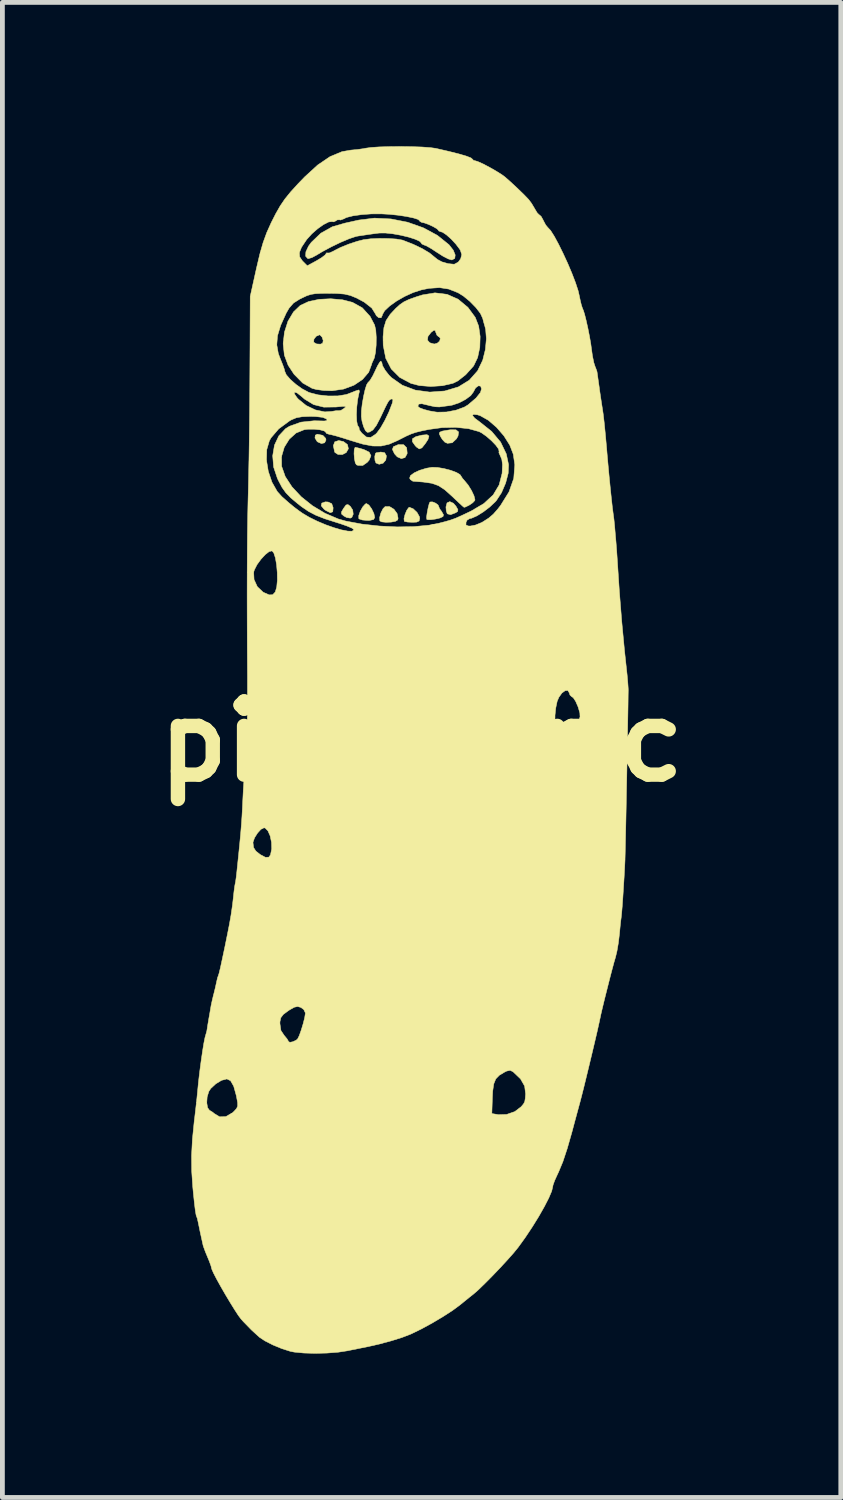
<source format=kicad_pcb>
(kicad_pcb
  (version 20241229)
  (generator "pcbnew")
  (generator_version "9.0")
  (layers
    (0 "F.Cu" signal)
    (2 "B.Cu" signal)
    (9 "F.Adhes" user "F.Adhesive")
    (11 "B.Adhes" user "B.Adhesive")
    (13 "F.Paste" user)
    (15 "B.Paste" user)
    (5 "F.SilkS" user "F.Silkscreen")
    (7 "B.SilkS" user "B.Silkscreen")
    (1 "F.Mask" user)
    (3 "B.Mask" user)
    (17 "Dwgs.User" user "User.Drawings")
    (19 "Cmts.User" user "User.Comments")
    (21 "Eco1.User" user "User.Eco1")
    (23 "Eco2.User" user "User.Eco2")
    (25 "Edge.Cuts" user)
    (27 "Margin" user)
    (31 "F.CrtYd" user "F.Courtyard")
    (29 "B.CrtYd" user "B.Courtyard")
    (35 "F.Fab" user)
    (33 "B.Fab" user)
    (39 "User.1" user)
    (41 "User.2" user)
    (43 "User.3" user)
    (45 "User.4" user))
  (footprint "pickle_ric"
    (layer "F.Cu")
    (at 5.74 12.412)
    (property "Reference" "pickle_ric" (at 0 0 0) (layer "F.SilkS") (effects (font (size 1.524 1.524) (thickness 0.3))))
    (attr through_hole)
    (fp_poly (pts (xy -2.059 -6.385) (xy -1.999 -6.322) (xy -1.993 -6.287) (xy -2.022 -6.229) (xy -2.089 -6.214) (xy -2.167 -6.248) (xy -2.18 -6.26) (xy -2.223 -6.331) (xy -2.215 -6.389) (xy -2.172 -6.409) (xy -2.059 -6.385)) (stroke (width 0.01) (type solid)) (fill yes) (layer "F.SilkS"))
    (fp_poly (pts (xy -1.949 -4.995) (xy -1.873 -4.96) (xy -1.844 -4.875) (xy -1.852 -4.791) (xy -1.903 -4.772) (xy -1.996 -4.818) (xy -2.032 -4.844) (xy -2.092 -4.916) (xy -2.081 -4.972) (xy -2.008 -4.998) (xy -1.949 -4.995)) (stroke (width 0.01) (type solid)) (fill yes) (layer "F.SilkS"))
    (fp_poly (pts (xy -1.628 -6.255) (xy -1.545 -6.192) (xy -1.526 -6.106) (xy -1.571 -6.026) (xy -1.65 -5.985) (xy -1.741 -5.986) (xy -1.806 -6.027) (xy -1.813 -6.041) (xy -1.84 -6.169) (xy -1.81 -6.25) (xy -1.727 -6.277) (xy -1.628 -6.255)) (stroke (width 0.01) (type solid)) (fill yes) (layer "F.SilkS"))
    (fp_poly (pts (xy -1.487 -4.906) (xy -1.436 -4.828) (xy -1.425 -4.741) (xy -1.454 -4.675) (xy -1.486 -4.659) (xy -1.562 -4.672) (xy -1.62 -4.703) (xy -1.669 -4.745) (xy -1.67 -4.788) (xy -1.626 -4.864) (xy -1.575 -4.933) (xy -1.535 -4.942) (xy -1.487 -4.906)) (stroke (width 0.01) (type solid)) (fill yes) (layer "F.SilkS"))
    (fp_poly (pts (xy -0.77 -6.023) (xy -0.733 -5.957) (xy -0.746 -5.871) (xy -0.803 -5.804) (xy -0.885 -5.782) (xy -0.951 -5.809) (xy -0.972 -5.864) (xy -0.976 -5.942) (xy -0.963 -6.005) (xy -0.948 -6.021) (xy -0.887 -6.03) (xy -0.852 -6.037) (xy -0.77 -6.023)) (stroke (width 0.01) (type solid)) (fill yes) (layer "F.SilkS"))
    (fp_poly (pts (xy -0.374 -6.19) (xy -0.311 -6.127) (xy -0.3 -6.015) (xy -0.303 -5.998) (xy -0.346 -5.921) (xy -0.422 -5.9) (xy -0.507 -5.937) (xy -0.564 -5.999) (xy -0.608 -6.091) (xy -0.587 -6.149) (xy -0.495 -6.188) (xy -0.481 -6.192) (xy -0.374 -6.19)) (stroke (width 0.01) (type solid)) (fill yes) (layer "F.SilkS"))
    (fp_poly (pts (xy 0.154 -6.371) (xy 0.134 -6.3) (xy 0.075 -6.209) (xy 0.006 -6.124) (xy -0.048 -6.102) (xy -0.106 -6.141) (xy -0.131 -6.167) (xy -0.192 -6.253) (xy -0.19 -6.314) (xy -0.119 -6.358) (xy 0.01 -6.39) (xy 0.114 -6.399) (xy 0.154 -6.371)) (stroke (width 0.01) (type solid)) (fill yes) (layer "F.SilkS"))
    (fp_poly (pts (xy 0.664 -4.969) (xy 0.718 -4.906) (xy 0.758 -4.835) (xy 0.75 -4.796) (xy 0.706 -4.769) (xy 0.606 -4.731) (xy 0.54 -4.748) (xy 0.534 -4.754) (xy 0.515 -4.809) (xy 0.508 -4.891) (xy 0.531 -4.977) (xy 0.589 -5.003) (xy 0.664 -4.969)) (stroke (width 0.01) (type solid)) (fill yes) (layer "F.SilkS"))
    (fp_poly (pts (xy -0.666 -4.899) (xy -0.576 -4.844) (xy -0.511 -4.756) (xy -0.49 -4.657) (xy -0.498 -4.621) (xy -0.544 -4.593) (xy -0.636 -4.576) (xy -0.742 -4.572) (xy -0.832 -4.581) (xy -0.871 -4.601) (xy -0.875 -4.671) (xy -0.848 -4.768) (xy -0.803 -4.857) (xy -0.759 -4.9) (xy -0.666 -4.899)) (stroke (width 0.01) (type solid)) (fill yes) (layer "F.SilkS"))
    (fp_poly (pts (xy 0.717 -6.5) (xy 0.772 -6.456) (xy 0.76 -6.371) (xy 0.726 -6.311) (xy 0.639 -6.23) (xy 0.538 -6.219) (xy 0.485 -6.243) (xy 0.434 -6.298) (xy 0.395 -6.36) (xy 0.37 -6.416) (xy 0.379 -6.451) (xy 0.435 -6.474) (xy 0.551 -6.494) (xy 0.598 -6.501) (xy 0.717 -6.5)) (stroke (width 0.01) (type solid)) (fill yes) (layer "F.SilkS"))
    (fp_poly (pts (xy -1.097 -4.93) (xy -1.04 -4.851) (xy -0.994 -4.754) (xy -0.977 -4.672) (xy -1.001 -4.63) (xy -1.082 -4.612) (xy -1.131 -4.611) (xy -1.235 -4.62) (xy -1.301 -4.642) (xy -1.309 -4.65) (xy -1.31 -4.711) (xy -1.278 -4.802) (xy -1.227 -4.893) (xy -1.173 -4.953) (xy -1.149 -4.963) (xy -1.097 -4.93)) (stroke (width 0.01) (type solid)) (fill yes) (layer "F.SilkS"))
    (fp_poly (pts (xy -0.174 -4.853) (xy -0.095 -4.778) (xy -0.045 -4.689) (xy -0.039 -4.655) (xy -0.051 -4.6) (xy -0.102 -4.576) (xy -0.189 -4.572) (xy -0.291 -4.577) (xy -0.354 -4.59) (xy -0.36 -4.594) (xy -0.367 -4.646) (xy -0.346 -4.732) (xy -0.31 -4.82) (xy -0.27 -4.877) (xy -0.253 -4.885) (xy -0.174 -4.853)) (stroke (width 0.01) (type solid)) (fill yes) (layer "F.SilkS"))
    (fp_poly (pts (xy -1.332 -6.125) (xy -1.238 -6.099) (xy -1.206 -6.09) (xy -1.093 -6.035) (xy -1.055 -5.96) (xy -1.093 -5.868) (xy -1.133 -5.822) (xy -1.226 -5.757) (xy -1.322 -5.758) (xy -1.358 -5.77) (xy -1.383 -5.813) (xy -1.4 -5.899) (xy -1.408 -6.001) (xy -1.404 -6.088) (xy -1.387 -6.134) (xy -1.382 -6.135) (xy -1.332 -6.125)) (stroke (width 0.01) (type solid)) (fill yes) (layer "F.SilkS"))
    (fp_poly (pts (xy 0.294 -4.971) (xy 0.345 -4.931) (xy 0.352 -4.914) (xy 0.376 -4.854) (xy 0.417 -4.799) (xy 0.457 -4.729) (xy 0.447 -4.692) (xy 0.387 -4.663) (xy 0.291 -4.64) (xy 0.191 -4.626) (xy 0.12 -4.628) (xy 0.108 -4.634) (xy 0.104 -4.679) (xy 0.116 -4.768) (xy 0.136 -4.872) (xy 0.158 -4.958) (xy 0.175 -4.995) (xy 0.224 -4.998) (xy 0.294 -4.971)) (stroke (width 0.01) (type solid)) (fill yes) (layer "F.SilkS"))
    (fp_poly (pts (xy 0.332 -5.715) (xy 0.469 -5.692) (xy 0.609 -5.655) (xy 0.727 -5.611) (xy 0.801 -5.567) (xy 0.814 -5.549) (xy 0.852 -5.489) (xy 0.896 -5.439) (xy 0.972 -5.347) (xy 1.042 -5.233) (xy 1.093 -5.124) (xy 1.113 -5.043) (xy 1.11 -5.027) (xy 1.066 -4.979) (xy 0.987 -4.926) (xy 0.909 -4.889) (xy 0.885 -4.885) (xy 0.854 -4.91) (xy 0.781 -4.977) (xy 0.679 -5.073) (xy 0.635 -5.115) (xy 0.483 -5.251) (xy 0.351 -5.337) (xy 0.211 -5.386) (xy 0.037 -5.411) (xy 0 -5.414) (xy -0.105 -5.422) (xy -0.178 -5.428) (xy -0.181 -5.428) (xy -0.233 -5.463) (xy -0.249 -5.493) (xy -0.232 -5.545) (xy -0.156 -5.602) (xy -0.039 -5.657) (xy 0.101 -5.699) (xy 0.22 -5.719) (xy 0.332 -5.715)) (stroke (width 0.01) (type solid)) (fill yes) (layer "F.SilkS"))
    (fp_poly (pts (xy -1.647 -9.211) (xy -1.441 -9.158) (xy -1.236 -9.044) (xy -1.074 -8.866) (xy -0.979 -8.684) (xy -0.955 -8.578) (xy -0.945 -8.43) (xy -0.947 -8.266) (xy -0.961 -8.113) (xy -0.985 -7.999) (xy -1 -7.967) (xy -1.034 -7.893) (xy -1.04 -7.869) (xy -1.103 -7.7) (xy -1.231 -7.551) (xy -1.409 -7.431) (xy -1.625 -7.35) (xy -1.865 -7.315) (xy -1.876 -7.315) (xy -2.037 -7.32) (xy -2.192 -7.341) (xy -2.281 -7.364) (xy -2.479 -7.476) (xy -2.659 -7.659) (xy -2.782 -7.846) (xy -2.861 -8.057) (xy -2.886 -8.294) (xy -2.882 -8.33) (xy -2.25 -8.33) (xy -2.248 -8.325) (xy -2.19 -8.291) (xy -2.109 -8.286) (xy -2.062 -8.306) (xy -2.051 -8.362) (xy -2.075 -8.433) (xy -2.118 -8.478) (xy -2.129 -8.48) (xy -2.196 -8.452) (xy -2.244 -8.391) (xy -2.25 -8.33) (xy -2.882 -8.33) (xy -2.859 -8.536) (xy -2.786 -8.764) (xy -2.67 -8.959) (xy -2.529 -9.094) (xy -2.357 -9.174) (xy -2.137 -9.221) (xy -1.893 -9.233) (xy -1.647 -9.211)) (stroke (width 0.01) (type solid)) (fill yes) (layer "F.SilkS"))
    (fp_poly (pts (xy -0.639 -10.897) (xy -0.293 -10.829) (xy 0.035 -10.713) (xy 0.329 -10.555) (xy 0.57 -10.361) (xy 0.576 -10.354) (xy 0.661 -10.245) (xy 0.701 -10.146) (xy 0.692 -10.074) (xy 0.634 -10.043) (xy 0.626 -10.043) (xy 0.556 -10.064) (xy 0.447 -10.12) (xy 0.323 -10.199) (xy 0.204 -10.277) (xy 0.106 -10.333) (xy 0.05 -10.355) (xy 0.049 -10.355) (xy 0.003 -10.377) (xy 0 -10.389) (xy -0.036 -10.429) (xy -0.132 -10.474) (xy -0.269 -10.518) (xy -0.431 -10.557) (xy -0.599 -10.587) (xy -0.755 -10.604) (xy -0.881 -10.603) (xy -0.883 -10.603) (xy -0.977 -10.591) (xy -1.101 -10.574) (xy -1.227 -10.555) (xy -1.327 -10.54) (xy -1.368 -10.532) (xy -1.507 -10.486) (xy -1.687 -10.41) (xy -1.884 -10.315) (xy -2.071 -10.215) (xy -2.188 -10.144) (xy -2.285 -10.092) (xy -2.36 -10.07) (xy -2.374 -10.072) (xy -2.418 -10.121) (xy -2.412 -10.212) (xy -2.358 -10.328) (xy -2.3 -10.408) (xy -2.1 -10.6) (xy -1.861 -10.734) (xy -1.601 -10.809) (xy -1.532 -10.824) (xy -1.416 -10.85) (xy -1.308 -10.874) (xy -0.983 -10.914) (xy -0.639 -10.897)) (stroke (width 0.01) (type solid)) (fill yes) (layer "F.SilkS"))
    (fp_poly (pts (xy 0.531 -9.325) (xy 0.762 -9.223) (xy 0.967 -9.052) (xy 1.119 -8.845) (xy 1.19 -8.663) (xy 1.221 -8.446) (xy 1.214 -8.219) (xy 1.169 -8.008) (xy 1.088 -7.838) (xy 1.076 -7.822) (xy 0.919 -7.648) (xy 0.759 -7.522) (xy 0.656 -7.471) (xy 0.436 -7.42) (xy 0.191 -7.404) (xy -0.046 -7.423) (xy -0.219 -7.467) (xy -0.456 -7.593) (xy -0.632 -7.769) (xy -0.747 -7.992) (xy -0.8 -8.264) (xy -0.802 -8.369) (xy 0.123 -8.369) (xy 0.17 -8.316) (xy 0.186 -8.311) (xy 0.247 -8.294) (xy 0.261 -8.289) (xy 0.297 -8.297) (xy 0.329 -8.308) (xy 0.376 -8.349) (xy 0.391 -8.405) (xy 0.367 -8.439) (xy 0.356 -8.441) (xy 0.32 -8.473) (xy 0.301 -8.521) (xy 0.281 -8.575) (xy 0.249 -8.572) (xy 0.198 -8.532) (xy 0.133 -8.448) (xy 0.123 -8.369) (xy -0.802 -8.369) (xy -0.803 -8.442) (xy -0.785 -8.632) (xy -0.74 -8.778) (xy -0.654 -8.909) (xy -0.541 -9.03) (xy -0.454 -9.109) (xy -0.369 -9.168) (xy -0.262 -9.219) (xy -0.115 -9.271) (xy 0.014 -9.312) (xy 0.279 -9.356) (xy 0.531 -9.325)) (stroke (width 0.01) (type solid)) (fill yes) (layer "F.SilkS"))
    (fp_poly (pts (xy -0.206 -12.404) (xy 0.008 -12.397) (xy 0.183 -12.384) (xy 0.293 -12.369) (xy 0.558 -12.308) (xy 0.774 -12.254) (xy 0.934 -12.207) (xy 1.029 -12.17) (xy 1.055 -12.148) (xy 1.086 -12.116) (xy 1.104 -12.114) (xy 1.171 -12.094) (xy 1.283 -12.044) (xy 1.418 -11.973) (xy 1.556 -11.894) (xy 1.677 -11.818) (xy 1.739 -11.772) (xy 1.851 -11.673) (xy 1.99 -11.544) (xy 2.128 -11.411) (xy 2.232 -11.303) (xy 2.294 -11.22) (xy 2.357 -11.114) (xy 2.36 -11.108) (xy 2.411 -11.024) (xy 2.453 -10.982) (xy 2.458 -10.981) (xy 2.494 -10.948) (xy 2.537 -10.87) (xy 2.54 -10.862) (xy 2.588 -10.772) (xy 2.634 -10.716) (xy 2.635 -10.716) (xy 2.691 -10.655) (xy 2.767 -10.535) (xy 2.856 -10.371) (xy 2.951 -10.178) (xy 3.047 -9.97) (xy 3.135 -9.762) (xy 3.209 -9.569) (xy 3.263 -9.405) (xy 3.281 -9.329) (xy 3.31 -9.192) (xy 3.331 -9.105) (xy 3.352 -9.041) (xy 3.374 -8.988) (xy 3.399 -8.909) (xy 3.432 -8.777) (xy 3.468 -8.616) (xy 3.501 -8.449) (xy 3.527 -8.301) (xy 3.537 -8.226) (xy 3.562 -8.046) (xy 3.592 -7.899) (xy 3.623 -7.805) (xy 3.628 -7.796) (xy 3.655 -7.723) (xy 3.66 -7.698) (xy 3.669 -7.633) (xy 3.686 -7.514) (xy 3.707 -7.366) (xy 3.709 -7.346) (xy 3.732 -7.189) (xy 3.753 -7.051) (xy 3.767 -6.96) (xy 3.768 -6.956) (xy 3.787 -6.829) (xy 3.808 -6.649) (xy 3.832 -6.407) (xy 3.86 -6.096) (xy 3.868 -5.998) (xy 3.889 -5.762) (xy 3.912 -5.515) (xy 3.936 -5.274) (xy 3.959 -5.055) (xy 3.979 -4.874) (xy 3.996 -4.745) (xy 4.002 -4.702) (xy 4.011 -4.634) (xy 4.024 -4.507) (xy 4.038 -4.342) (xy 4.054 -4.158) (xy 4.068 -3.976) (xy 4.079 -3.814) (xy 4.083 -3.751) (xy 4.124 -3.128) (xy 4.174 -2.499) (xy 4.231 -1.897) (xy 4.267 -1.563) (xy 4.286 -1.387) (xy 4.3 -1.227) (xy 4.308 -1.109) (xy 4.309 -1.075) (xy 4.307 -0.957) (xy 4.305 -0.777) (xy 4.301 -0.544) (xy 4.296 -0.269) (xy 4.291 0.037) (xy 4.285 0.364) (xy 4.279 0.7) (xy 4.272 1.036) (xy 4.266 1.361) (xy 4.26 1.664) (xy 4.254 1.934) (xy 4.249 2.161) (xy 4.245 2.335) (xy 4.242 2.444) (xy 4.242 2.462) (xy 4.234 2.631) (xy 4.223 2.83) (xy 4.21 3.041) (xy 4.197 3.247) (xy 4.184 3.43) (xy 4.172 3.574) (xy 4.163 3.66) (xy 4.162 3.668) (xy 4.153 3.737) (xy 4.14 3.858) (xy 4.126 4.008) (xy 4.124 4.025) (xy 4.103 4.199) (xy 4.074 4.369) (xy 4.044 4.494) (xy 4.013 4.6) (xy 3.97 4.76) (xy 3.919 4.956) (xy 3.866 5.166) (xy 3.814 5.372) (xy 3.77 5.554) (xy 3.738 5.691) (xy 3.727 5.744) (xy 3.702 5.86) (xy 3.663 6.036) (xy 3.612 6.254) (xy 3.554 6.499) (xy 3.493 6.753) (xy 3.433 7.001) (xy 3.378 7.226) (xy 3.331 7.411) (xy 3.302 7.522) (xy 3.248 7.721) (xy 3.191 7.932) (xy 3.142 8.116) (xy 3.133 8.149) (xy 3.037 8.485) (xy 2.947 8.757) (xy 2.856 8.976) (xy 2.828 9.035) (xy 2.775 9.152) (xy 2.741 9.246) (xy 2.735 9.28) (xy 2.713 9.373) (xy 2.652 9.517) (xy 2.559 9.698) (xy 2.442 9.904) (xy 2.307 10.122) (xy 2.162 10.34) (xy 2.014 10.545) (xy 2.008 10.553) (xy 1.913 10.669) (xy 1.781 10.817) (xy 1.628 10.983) (xy 1.467 11.151) (xy 1.313 11.306) (xy 1.18 11.435) (xy 1.081 11.521) (xy 1.072 11.528) (xy 1.002 11.583) (xy 0.896 11.669) (xy 0.8 11.747) (xy 0.649 11.859) (xy 0.45 11.988) (xy 0.225 12.122) (xy -0.002 12.246) (xy -0.207 12.346) (xy -0.229 12.356) (xy -0.406 12.424) (xy -0.632 12.495) (xy -0.881 12.562) (xy -1.123 12.617) (xy -1.153 12.623) (xy -1.319 12.656) (xy -1.496 12.692) (xy -1.544 12.702) (xy -1.74 12.732) (xy -1.975 12.75) (xy -2.222 12.756) (xy -2.456 12.749) (xy -2.653 12.73) (xy -2.735 12.714) (xy -2.912 12.658) (xy -3.099 12.581) (xy -3.266 12.496) (xy -3.382 12.419) (xy -3.547 12.268) (xy -3.717 12.093) (xy -3.766 12.038) (xy -3.823 11.962) (xy -3.902 11.84) (xy -3.996 11.688) (xy -4.096 11.521) (xy -4.192 11.354) (xy -4.276 11.202) (xy -4.339 11.08) (xy -4.373 11.003) (xy -4.377 10.988) (xy -4.391 10.932) (xy -4.428 10.831) (xy -4.458 10.759) (xy -4.508 10.638) (xy -4.545 10.537) (xy -4.556 10.502) (xy -4.62 10.21) (xy -4.638 10.121) (xy -4.662 10.006) (xy -4.675 9.947) (xy -4.683 9.923) (xy -4.687 9.916) (xy -4.701 9.875) (xy -4.717 9.782) (xy -4.736 9.629) (xy -4.759 9.409) (xy -4.771 9.281) (xy -4.793 8.956) (xy -4.796 8.635) (xy -4.778 8.294) (xy -4.739 7.906) (xy -4.73 7.835) (xy -4.708 7.646) (xy -4.695 7.53) (xy -4.479 7.53) (xy -4.462 7.633) (xy -4.422 7.689) (xy -4.417 7.691) (xy -4.354 7.729) (xy -4.326 7.754) (xy -4.21 7.824) (xy -4.08 7.819) (xy -3.972 7.756) (xy 1.465 7.756) (xy 1.602 7.779) (xy 1.774 7.774) (xy 1.944 7.715) (xy 2.076 7.614) (xy 2.126 7.554) (xy 2.151 7.507) (xy 2.162 7.439) (xy 2.169 7.346) (xy 2.149 7.184) (xy 2.063 7.033) (xy 1.908 6.885) (xy 1.847 6.855) (xy 1.775 6.87) (xy 1.732 6.891) (xy 1.62 6.958) (xy 1.547 7.034) (xy 1.505 7.138) (xy 1.483 7.288) (xy 1.476 7.426) (xy 1.465 7.756) (xy -3.972 7.756) (xy -3.944 7.741) (xy -3.91 7.709) (xy -3.859 7.654) (xy -3.835 7.602) (xy -3.836 7.528) (xy -3.858 7.407) (xy -3.864 7.378) (xy -3.917 7.187) (xy -3.982 7.072) (xy -4.059 7.034) (xy -4.06 7.034) (xy -4.17 7.063) (xy -4.292 7.137) (xy -4.395 7.233) (xy -4.436 7.295) (xy -4.471 7.409) (xy -4.479 7.53) (xy -4.695 7.53) (xy -4.686 7.45) (xy -4.67 7.289) (xy -4.67 7.288) (xy -4.65 7.085) (xy -4.624 6.866) (xy -4.595 6.649) (xy -4.566 6.45) (xy -4.539 6.285) (xy -4.516 6.171) (xy -4.506 6.135) (xy -4.48 6.044) (xy -4.475 6.018) (xy -4.464 5.945) (xy -4.453 5.877) (xy -2.954 5.877) (xy -2.933 6.024) (xy -2.866 6.125) (xy -2.804 6.2) (xy -2.775 6.251) (xy -2.774 6.254) (xy -2.746 6.271) (xy -2.682 6.258) (xy -2.613 6.225) (xy -2.584 6.199) (xy -2.551 6.133) (xy -2.51 6.018) (xy -2.469 5.883) (xy -2.437 5.756) (xy -2.423 5.665) (xy -2.423 5.658) (xy -2.455 5.589) (xy -2.517 5.543) (xy -2.584 5.524) (xy -2.654 5.539) (xy -2.753 5.595) (xy -2.781 5.614) (xy -2.884 5.69) (xy -2.935 5.758) (xy -2.953 5.842) (xy -2.954 5.877) (xy -4.453 5.877) (xy -4.445 5.831) (xy -4.437 5.783) (xy -4.414 5.652) (xy -4.394 5.536) (xy -4.39 5.51) (xy -4.368 5.407) (xy -4.338 5.28) (xy -4.331 5.256) (xy -4.3 5.13) (xy -4.276 5.02) (xy -4.273 5.005) (xy -4.253 4.92) (xy -4.238 4.881) (xy -4.222 4.83) (xy -4.193 4.71) (xy -4.154 4.528) (xy -4.104 4.293) (xy -4.047 4.013) (xy -4.007 3.81) (xy -3.973 3.617) (xy -3.942 3.403) (xy -3.926 3.263) (xy -3.911 3.125) (xy -3.897 3.02) (xy -3.888 2.971) (xy -3.888 2.97) (xy -3.878 2.923) (xy -3.864 2.823) (xy -3.852 2.716) (xy -3.818 2.388) (xy -3.791 2.123) (xy -3.79 2.11) (xy -3.515 2.11) (xy -3.503 2.209) (xy -3.455 2.284) (xy -3.362 2.357) (xy -3.254 2.414) (xy -3.183 2.409) (xy -3.15 2.361) (xy -3.125 2.239) (xy -3.129 2.101) (xy -3.157 1.967) (xy -3.204 1.861) (xy -3.263 1.802) (xy -3.287 1.798) (xy -3.349 1.829) (xy -3.42 1.907) (xy -3.482 2.005) (xy -3.514 2.095) (xy -3.515 2.11) (xy -3.79 2.11) (xy -3.771 1.907) (xy -3.756 1.724) (xy -3.745 1.561) (xy -3.736 1.401) (xy -3.728 1.232) (xy -3.728 1.231) (xy -3.716 0.995) (xy -3.699 0.738) (xy -3.679 0.498) (xy -3.666 0.371) (xy -3.654 0.222) (xy -3.645 0.006) (xy -3.637 -0.266) (xy -3.635 -0.398) (xy 2.781 -0.398) (xy 2.792 -0.27) (xy 2.816 -0.183) (xy 2.847 -0.157) (xy 2.898 -0.166) (xy 2.991 -0.19) (xy 3.011 -0.195) (xy 3.155 -0.267) (xy 3.258 -0.38) (xy 3.304 -0.515) (xy 3.3 -0.598) (xy 3.263 -0.724) (xy 3.213 -0.838) (xy 3.162 -0.916) (xy 3.128 -0.938) (xy 3.094 -0.971) (xy 3.08 -1.015) (xy 3.049 -1.066) (xy 2.992 -1.061) (xy 2.925 -1.011) (xy 2.863 -0.924) (xy 2.827 -0.84) (xy 2.798 -0.702) (xy 2.782 -0.549) (xy 2.781 -0.398) (xy -3.635 -0.398) (xy -3.632 -0.583) (xy -3.63 -0.933) (xy -3.63 -1.305) (xy -3.63 -1.348) (xy -3.634 -1.989) (xy -3.636 -2.56) (xy -3.637 -3.07) (xy -3.636 -3.526) (xy -3.636 -3.533) (xy -3.501 -3.533) (xy -3.493 -3.378) (xy -3.425 -3.23) (xy -3.308 -3.119) (xy -3.292 -3.109) (xy -3.178 -3.059) (xy -3.105 -3.061) (xy -3.053 -3.116) (xy -3.049 -3.124) (xy -3.02 -3.222) (xy -3.007 -3.362) (xy -3.009 -3.523) (xy -3.023 -3.686) (xy -3.048 -3.83) (xy -3.082 -3.934) (xy -3.118 -3.976) (xy -3.178 -3.962) (xy -3.261 -3.897) (xy -3.35 -3.8) (xy -3.431 -3.689) (xy -3.486 -3.581) (xy -3.501 -3.533) (xy -3.636 -3.533) (xy -3.634 -3.939) (xy -3.631 -4.315) (xy -3.626 -4.663) (xy -3.619 -4.993) (xy -3.611 -5.295) (xy -3.606 -5.537) (xy -3.6 -5.843) (xy -3.599 -5.867) (xy -3.234 -5.867) (xy -3.196 -5.634) (xy -3.12 -5.409) (xy -3.01 -5.215) (xy -2.913 -5.107) (xy -2.77 -4.981) (xy -2.66 -4.89) (xy -2.562 -4.816) (xy -2.481 -4.759) (xy -2.339 -4.675) (xy -2.174 -4.594) (xy -1.998 -4.52) (xy -1.825 -4.459) (xy -1.667 -4.413) (xy -1.538 -4.388) (xy -1.449 -4.386) (xy -1.415 -4.413) (xy -1.417 -4.426) (xy -1.458 -4.454) (xy -1.556 -4.495) (xy -1.696 -4.544) (xy -1.78 -4.57) (xy -2.018 -4.646) (xy -2.202 -4.718) (xy -2.356 -4.798) (xy -2.501 -4.897) (xy -2.579 -4.958) (xy -2.726 -5.081) (xy -2.829 -5.187) (xy -2.909 -5.299) (xy -2.986 -5.445) (xy -3.006 -5.487) (xy -3.085 -5.724) (xy -3.103 -5.943) (xy -2.92 -5.943) (xy -2.918 -5.743) (xy -2.918 -5.74) (xy -2.843 -5.527) (xy -2.703 -5.312) (xy -2.51 -5.105) (xy -2.276 -4.918) (xy -2.014 -4.76) (xy -1.735 -4.641) (xy -1.579 -4.597) (xy -1.241 -4.534) (xy -0.877 -4.494) (xy -0.509 -4.476) (xy -0.158 -4.482) (xy 0.156 -4.512) (xy 0.175 -4.516) (xy 0.925 -4.516) (xy 0.975 -4.495) (xy 1.017 -4.494) (xy 1.122 -4.514) (xy 1.245 -4.564) (xy 1.277 -4.581) (xy 1.4 -4.66) (xy 1.496 -4.742) (xy 1.593 -4.853) (xy 1.648 -4.925) (xy 1.823 -5.206) (xy 1.922 -5.487) (xy 1.944 -5.771) (xy 1.912 -5.992) (xy 1.839 -6.181) (xy 1.717 -6.374) (xy 1.563 -6.552) (xy 1.393 -6.699) (xy 1.223 -6.795) (xy 1.163 -6.814) (xy 1.079 -6.823) (xy 1.062 -6.798) (xy 1.109 -6.742) (xy 1.202 -6.673) (xy 1.461 -6.467) (xy 1.648 -6.244) (xy 1.766 -5.998) (xy 1.814 -5.772) (xy 1.806 -5.594) (xy 1.753 -5.391) (xy 1.667 -5.19) (xy 1.557 -5.022) (xy 1.535 -4.998) (xy 1.42 -4.89) (xy 1.286 -4.788) (xy 1.154 -4.706) (xy 1.045 -4.658) (xy 1.004 -4.65) (xy 0.949 -4.617) (xy 0.927 -4.572) (xy 0.925 -4.516) (xy 0.175 -4.516) (xy 0.352 -4.55) (xy 0.499 -4.588) (xy 0.611 -4.621) (xy 0.713 -4.658) (xy 0.83 -4.71) (xy 0.986 -4.784) (xy 1.036 -4.808) (xy 1.3 -4.964) (xy 1.493 -5.143) (xy 1.617 -5.35) (xy 1.679 -5.592) (xy 1.687 -5.777) (xy 1.673 -5.883) (xy 1.641 -5.96) (xy 1.64 -5.961) (xy 1.612 -6.023) (xy 1.616 -6.048) (xy 1.606 -6.099) (xy 1.548 -6.179) (xy 1.459 -6.272) (xy 1.355 -6.363) (xy 1.252 -6.436) (xy 1.199 -6.463) (xy 0.98 -6.524) (xy 0.714 -6.552) (xy 0.427 -6.546) (xy 0.158 -6.509) (xy -0.004 -6.476) (xy -0.118 -6.448) (xy -0.213 -6.416) (xy -0.316 -6.371) (xy -0.452 -6.302) (xy -0.507 -6.274) (xy -0.68 -6.199) (xy -0.845 -6.162) (xy -1.02 -6.163) (xy -1.226 -6.202) (xy -1.465 -6.274) (xy -1.634 -6.328) (xy -1.781 -6.372) (xy -1.886 -6.399) (xy -1.925 -6.406) (xy -1.983 -6.425) (xy -1.993 -6.444) (xy -2.028 -6.476) (xy -2.118 -6.5) (xy -2.239 -6.513) (xy -2.367 -6.513) (xy -2.446 -6.503) (xy -2.616 -6.434) (xy -2.758 -6.306) (xy -2.863 -6.137) (xy -2.92 -5.943) (xy -3.103 -5.943) (xy -3.104 -5.96) (xy -3.067 -6.181) (xy -2.977 -6.373) (xy -2.837 -6.523) (xy -2.755 -6.574) (xy -2.515 -6.66) (xy -2.239 -6.689) (xy -2.149 -6.687) (xy -2.029 -6.684) (xy -1.974 -6.692) (xy -1.973 -6.714) (xy -1.985 -6.728) (xy -2.061 -6.76) (xy -2.207 -6.777) (xy -2.317 -6.78) (xy -2.487 -6.774) (xy -2.61 -6.752) (xy -2.716 -6.708) (xy -2.755 -6.685) (xy -2.979 -6.52) (xy -3.137 -6.336) (xy -3.174 -6.272) (xy -3.228 -6.087) (xy -3.234 -5.867) (xy -3.599 -5.867) (xy -3.594 -6.195) (xy -3.589 -6.578) (xy -3.585 -6.977) (xy -3.583 -7.254) (xy -2.654 -7.254) (xy -2.6 -7.174) (xy -2.569 -7.139) (xy -2.406 -7.007) (xy -2.213 -6.915) (xy -2.017 -6.874) (xy -1.878 -6.883) (xy -1.782 -6.899) (xy -1.724 -6.899) (xy -1.721 -6.898) (xy -1.677 -6.908) (xy -1.621 -6.943) (xy -1.586 -6.974) (xy -1.594 -6.988) (xy -1.658 -6.988) (xy -1.784 -6.976) (xy -2.038 -6.973) (xy -2.251 -7.026) (xy -2.44 -7.141) (xy -2.499 -7.193) (xy -2.595 -7.269) (xy -2.65 -7.287) (xy -2.654 -7.254) (xy -3.583 -7.254) (xy -3.582 -7.377) (xy -3.58 -7.718) (xy -3.577 -8.273) (xy -3.019 -8.273) (xy -2.987 -8.091) (xy -2.944 -7.977) (xy -2.895 -7.856) (xy -2.861 -7.761) (xy -2.853 -7.722) (xy -2.821 -7.648) (xy -2.738 -7.552) (xy -2.622 -7.449) (xy -2.49 -7.355) (xy -2.359 -7.285) (xy -2.334 -7.275) (xy -2.156 -7.229) (xy -1.949 -7.206) (xy -1.745 -7.207) (xy -1.576 -7.235) (xy -1.544 -7.245) (xy -1.443 -7.284) (xy -1.373 -7.312) (xy -1.307 -7.332) (xy -1.295 -7.304) (xy -1.306 -7.26) (xy -1.333 -7.13) (xy -1.351 -6.976) (xy -1.358 -6.82) (xy -1.353 -6.686) (xy -1.337 -6.599) (xy -1.328 -6.584) (xy -1.299 -6.537) (xy -1.304 -6.526) (xy -1.298 -6.501) (xy -1.252 -6.439) (xy -1.243 -6.428) (xy -1.149 -6.349) (xy -1.059 -6.342) (xy -0.959 -6.408) (xy -0.93 -6.438) (xy -0.853 -6.543) (xy -0.766 -6.696) (xy -0.682 -6.871) (xy -0.636 -6.99) (xy -0.078 -6.99) (xy -0.043 -6.96) (xy 0.046 -6.926) (xy 0.166 -6.894) (xy 0.295 -6.872) (xy 0.332 -6.868) (xy 0.521 -6.872) (xy 0.719 -6.91) (xy 0.892 -6.974) (xy 0.968 -7.02) (xy 1.135 -7.162) (xy 1.228 -7.279) (xy 1.25 -7.354) (xy 1.23 -7.413) (xy 1.182 -7.417) (xy 1.126 -7.374) (xy 1.081 -7.291) (xy 1.08 -7.288) (xy 1.024 -7.213) (xy 0.917 -7.134) (xy 0.782 -7.063) (xy 0.642 -7.016) (xy 0.589 -7.006) (xy 0.471 -6.991) (xy 0.375 -6.978) (xy 0.371 -6.977) (xy 0.285 -6.981) (xy 0.167 -7.005) (xy 0.129 -7.015) (xy 0.007 -7.044) (xy -0.058 -7.037) (xy -0.078 -6.993) (xy -0.078 -6.99) (xy -0.636 -6.99) (xy -0.616 -7.041) (xy -0.607 -7.068) (xy -0.596 -7.135) (xy -0.627 -7.144) (xy -0.628 -7.144) (xy -0.655 -7.132) (xy -0.68 -7.109) (xy -0.71 -7.061) (xy -0.754 -6.975) (xy -0.819 -6.838) (xy -0.859 -6.754) (xy -0.942 -6.594) (xy -1.015 -6.497) (xy -1.088 -6.453) (xy -1.132 -6.448) (xy -1.17 -6.482) (xy -1.21 -6.568) (xy -1.242 -6.68) (xy -1.256 -6.78) (xy -1.254 -6.897) (xy -1.237 -7.042) (xy -1.21 -7.195) (xy -1.179 -7.334) (xy -1.146 -7.439) (xy -1.116 -7.488) (xy -1.114 -7.488) (xy -1.073 -7.533) (xy -1.017 -7.627) (xy -0.972 -7.72) (xy -0.919 -7.833) (xy -0.873 -7.91) (xy -0.851 -7.933) (xy -0.828 -7.906) (xy -0.829 -7.903) (xy -0.815 -7.839) (xy -0.76 -7.743) (xy -0.68 -7.641) (xy -0.63 -7.59) (xy -0.402 -7.43) (xy -0.131 -7.328) (xy 0.169 -7.287) (xy 0.486 -7.31) (xy 0.488 -7.311) (xy 0.768 -7.395) (xy 0.995 -7.535) (xy 1.168 -7.73) (xy 1.275 -7.952) (xy 1.33 -8.173) (xy 1.351 -8.397) (xy 1.336 -8.594) (xy 1.322 -8.65) (xy 1.293 -8.751) (xy 1.275 -8.822) (xy 1.275 -8.823) (xy 1.228 -8.925) (xy 1.133 -9.049) (xy 1.008 -9.177) (xy 0.871 -9.29) (xy 0.761 -9.358) (xy 0.567 -9.435) (xy 0.374 -9.465) (xy 0.155 -9.45) (xy -0.003 -9.418) (xy -0.174 -9.363) (xy -0.352 -9.282) (xy -0.52 -9.186) (xy -0.664 -9.083) (xy -0.769 -8.985) (xy -0.818 -8.9) (xy -0.821 -8.882) (xy -0.844 -8.836) (xy -0.895 -8.839) (xy -0.945 -8.882) (xy -0.958 -8.911) (xy -1.038 -9.039) (xy -1.196 -9.163) (xy -1.359 -9.25) (xy -1.484 -9.301) (xy -1.606 -9.33) (xy -1.755 -9.343) (xy -1.906 -9.346) (xy -2.087 -9.345) (xy -2.213 -9.339) (xy -2.306 -9.324) (xy -2.391 -9.297) (xy -2.489 -9.251) (xy -2.542 -9.225) (xy -2.67 -9.144) (xy -2.763 -9.037) (xy -2.822 -8.935) (xy -2.938 -8.679) (xy -3.004 -8.463) (xy -3.019 -8.273) (xy -3.577 -8.273) (xy -3.573 -9.281) (xy -3.443 -9.867) (xy -3.373 -10.163) (xy -3.364 -10.196) (xy -2.548 -10.196) (xy -2.542 -10.107) (xy -2.487 -10.026) (xy -2.479 -10.017) (xy -2.383 -9.921) (xy -2.188 -10.027) (xy -2.082 -10.091) (xy -2.011 -10.146) (xy -1.993 -10.173) (xy -1.975 -10.193) (xy -1.967 -10.187) (xy -1.921 -10.188) (xy -1.839 -10.225) (xy -1.821 -10.236) (xy -1.691 -10.302) (xy -1.519 -10.372) (xy -1.341 -10.431) (xy -1.211 -10.464) (xy -1.063 -10.483) (xy -0.881 -10.491) (xy -0.693 -10.489) (xy -0.525 -10.478) (xy -0.403 -10.457) (xy -0.388 -10.452) (xy -0.176 -10.369) (xy 0.014 -10.278) (xy 0.16 -10.191) (xy 0.195 -10.164) (xy 0.276 -10.097) (xy 0.333 -10.051) (xy 0.427 -10.001) (xy 0.554 -9.965) (xy 0.67 -9.953) (xy 0.688 -9.955) (xy 0.766 -9.999) (xy 0.815 -10.066) (xy 0.838 -10.154) (xy 0.81 -10.24) (xy 0.793 -10.269) (xy 0.716 -10.371) (xy 0.619 -10.476) (xy 0.519 -10.565) (xy 0.437 -10.62) (xy 0.405 -10.629) (xy 0.357 -10.647) (xy 0.352 -10.66) (xy 0.319 -10.693) (xy 0.24 -10.739) (xy 0.142 -10.784) (xy 0.051 -10.816) (xy 0.006 -10.824) (xy -0.037 -10.848) (xy -0.039 -10.859) (xy -0.075 -10.888) (xy -0.174 -10.919) (xy -0.318 -10.949) (xy -0.492 -10.975) (xy -0.679 -10.994) (xy -0.84 -11.003) (xy -1.049 -11.002) (xy -1.252 -10.987) (xy -1.43 -10.962) (xy -1.565 -10.928) (xy -1.63 -10.896) (xy -1.692 -10.874) (xy -1.715 -10.88) (xy -1.766 -10.876) (xy -1.779 -10.861) (xy -1.833 -10.836) (xy -1.866 -10.842) (xy -1.938 -10.834) (xy -2.044 -10.78) (xy -2.167 -10.693) (xy -2.289 -10.586) (xy -2.393 -10.471) (xy -2.403 -10.457) (xy -2.503 -10.307) (xy -2.548 -10.196) (xy -3.364 -10.196) (xy -3.304 -10.404) (xy -3.228 -10.613) (xy -3.138 -10.813) (xy -3.138 -10.814) (xy -3.039 -11.009) (xy -2.947 -11.17) (xy -2.849 -11.314) (xy -2.73 -11.461) (xy -2.577 -11.629) (xy -2.438 -11.773) (xy -2.167 -12.021) (xy -1.909 -12.196) (xy -1.659 -12.3) (xy -1.476 -12.332) (xy -1.337 -12.345) (xy -1.215 -12.362) (xy -1.172 -12.371) (xy -1.057 -12.387) (xy -0.884 -12.399) (xy -0.671 -12.405) (xy -0.438 -12.407) (xy -0.206 -12.404)) (stroke (width 0.01) (type solid)) (fill yes) (layer "F.SilkS")))
  (gr_rect
    (start -3 -3)
    (end 14.481 28.173)
    (stroke (width 0.1) (type default))
    (fill no)
    (layer "Edge.Cuts")))
</source>
